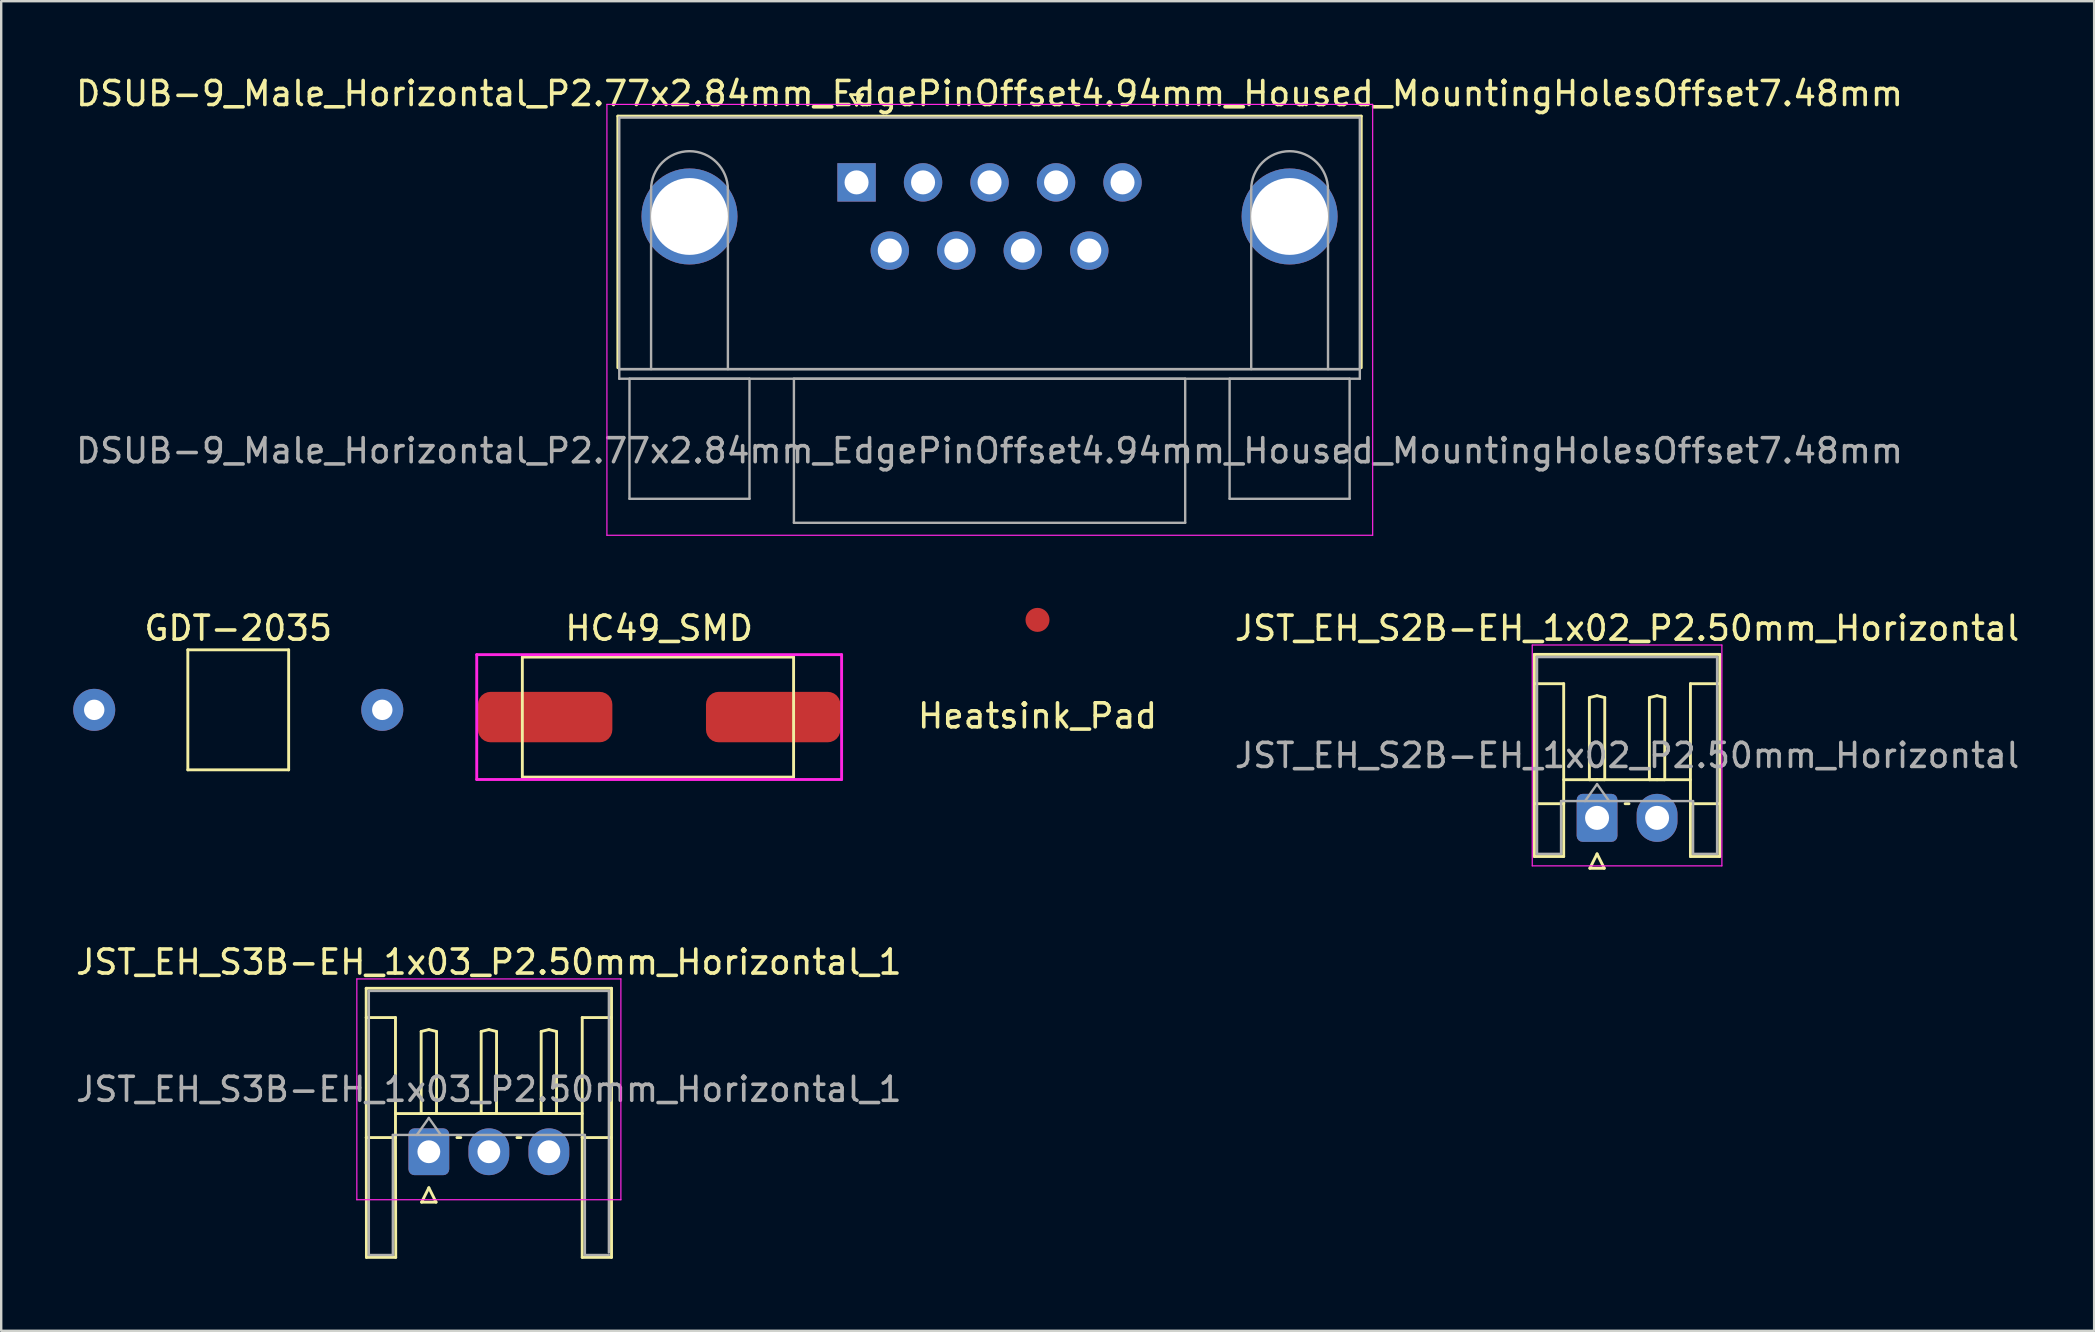
<source format=kicad_pcb>
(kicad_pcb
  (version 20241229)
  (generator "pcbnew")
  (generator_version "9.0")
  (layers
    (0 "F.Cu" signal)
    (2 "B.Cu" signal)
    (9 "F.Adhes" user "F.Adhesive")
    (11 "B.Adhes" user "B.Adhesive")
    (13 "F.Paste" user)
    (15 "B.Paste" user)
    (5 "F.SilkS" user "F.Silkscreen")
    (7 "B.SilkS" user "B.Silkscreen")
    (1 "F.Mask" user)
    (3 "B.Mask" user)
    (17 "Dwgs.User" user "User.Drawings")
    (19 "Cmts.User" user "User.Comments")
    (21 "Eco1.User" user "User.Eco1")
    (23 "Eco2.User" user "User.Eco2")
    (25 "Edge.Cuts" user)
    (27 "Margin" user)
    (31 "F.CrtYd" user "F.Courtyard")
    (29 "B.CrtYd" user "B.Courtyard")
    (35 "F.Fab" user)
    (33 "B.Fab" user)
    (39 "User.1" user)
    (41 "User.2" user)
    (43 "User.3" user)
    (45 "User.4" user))
  (footprint "JST_EH_S3B-EH_1x03_P2.50mm_Horizontal_1"
    (layer "F.Cu")
    (at 14.815 44.93)
    (property "Reference" "JST_EH_S3B-EH_1x03_P2.50mm_Horizontal_1" (at 2.5 -7.9 0) (layer "F.SilkS") (effects (font (size 1 1) (thickness 0.15))))
    (attr through_hole)
    (fp_line (start -2.61 -6.81) (end 7.61 -6.81) (stroke (width 0.12) (type solid)) (layer "F.SilkS"))
    (fp_line (start -2.61 -5.59) (end -1.39 -5.59) (stroke (width 0.12) (type solid)) (layer "F.SilkS"))
    (fp_line (start -2.6 4.4) (end -2.61 -6.81) (stroke (width 0.12) (type solid)) (layer "F.SilkS"))
    (fp_line (start -1.39 -5.59) (end -1.39 -0.59) (stroke (width 0.12) (type solid)) (layer "F.SilkS"))
    (fp_line (start -1.39 -1.59) (end 6.39 -1.59) (stroke (width 0.12) (type solid)) (layer "F.SilkS"))
    (fp_line (start -1.39 -0.59) (end -2.61 -0.59) (stroke (width 0.12) (type solid)) (layer "F.SilkS"))
    (fp_line (start -1.39 -0.59) (end -1.38 4.4) (stroke (width 0.12) (type solid)) (layer "F.SilkS"))
    (fp_line (start -1.38 4.4) (end -2.6 4.4) (stroke (width 0.12) (type solid)) (layer "F.SilkS"))
    (fp_line (start -0.32 -5.01) (end 0 -5.09) (stroke (width 0.12) (type solid)) (layer "F.SilkS"))
    (fp_line (start -0.32 -1.59) (end -0.32 -5.01) (stroke (width 0.12) (type solid)) (layer "F.SilkS"))
    (fp_line (start -0.3 2.1) (end 0.3 2.1) (stroke (width 0.12) (type solid)) (layer "F.SilkS"))
    (fp_line (start 0 -5.09) (end 0.32 -5.01) (stroke (width 0.12) (type solid)) (layer "F.SilkS"))
    (fp_line (start 0 -1.59) (end -0.32 -1.59) (stroke (width 0.12) (type solid)) (layer "F.SilkS"))
    (fp_line (start 0 1.5) (end -0.3 2.1) (stroke (width 0.12) (type solid)) (layer "F.SilkS"))
    (fp_line (start 0.3 2.1) (end 0 1.5) (stroke (width 0.12) (type solid)) (layer "F.SilkS"))
    (fp_line (start 0.32 -5.01) (end 0.32 -1.59) (stroke (width 0.12) (type solid)) (layer "F.SilkS"))
    (fp_line (start 0.32 -1.59) (end 0 -1.59) (stroke (width 0.12) (type solid)) (layer "F.SilkS"))
    (fp_line (start 1.17 -0.59) (end 1.33 -0.59) (stroke (width 0.12) (type solid)) (layer "F.SilkS"))
    (fp_line (start 2.18 -5.01) (end 2.5 -5.09) (stroke (width 0.12) (type solid)) (layer "F.SilkS"))
    (fp_line (start 2.18 -1.59) (end 2.18 -5.01) (stroke (width 0.12) (type solid)) (layer "F.SilkS"))
    (fp_line (start 2.5 -5.09) (end 2.82 -5.01) (stroke (width 0.12) (type solid)) (layer "F.SilkS"))
    (fp_line (start 2.5 -1.59) (end 2.18 -1.59) (stroke (width 0.12) (type solid)) (layer "F.SilkS"))
    (fp_line (start 2.82 -5.01) (end 2.82 -1.59) (stroke (width 0.12) (type solid)) (layer "F.SilkS"))
    (fp_line (start 2.82 -1.59) (end 2.5 -1.59) (stroke (width 0.12) (type solid)) (layer "F.SilkS"))
    (fp_line (start 3.67 -0.59) (end 3.83 -0.59) (stroke (width 0.12) (type solid)) (layer "F.SilkS"))
    (fp_line (start 4.68 -5.01) (end 5 -5.09) (stroke (width 0.12) (type solid)) (layer "F.SilkS"))
    (fp_line (start 4.68 -1.59) (end 4.68 -5.01) (stroke (width 0.12) (type solid)) (layer "F.SilkS"))
    (fp_line (start 5 -5.09) (end 5.32 -5.01) (stroke (width 0.12) (type solid)) (layer "F.SilkS"))
    (fp_line (start 5 -1.59) (end 4.68 -1.59) (stroke (width 0.12) (type solid)) (layer "F.SilkS"))
    (fp_line (start 5.32 -5.01) (end 5.32 -1.59) (stroke (width 0.12) (type solid)) (layer "F.SilkS"))
    (fp_line (start 5.32 -1.59) (end 5 -1.59) (stroke (width 0.12) (type solid)) (layer "F.SilkS"))
    (fp_line (start 6.39 -5.59) (end 6.39 -0.59) (stroke (width 0.12) (type solid)) (layer "F.SilkS"))
    (fp_line (start 6.39 -0.59) (end 7.61 -0.59) (stroke (width 0.12) (type solid)) (layer "F.SilkS"))
    (fp_line (start 6.39 4.4) (end 6.39 -0.59) (stroke (width 0.12) (type solid)) (layer "F.SilkS"))
    (fp_line (start 7.61 -6.81) (end 7.61 4.4) (stroke (width 0.12) (type solid)) (layer "F.SilkS"))
    (fp_line (start 7.61 -5.59) (end 6.39 -5.59) (stroke (width 0.12) (type solid)) (layer "F.SilkS"))
    (fp_line (start 7.61 4.4) (end 6.39 4.4) (stroke (width 0.12) (type solid)) (layer "F.SilkS"))
    (fp_line (start -3 -7.2) (end -3 2) (stroke (width 0.05) (type solid)) (layer "F.CrtYd"))
    (fp_line (start -3 2) (end 8 2) (stroke (width 0.05) (type solid)) (layer "F.CrtYd"))
    (fp_line (start 8 -7.2) (end -3 -7.2) (stroke (width 0.05) (type solid)) (layer "F.CrtYd"))
    (fp_line (start 8 2) (end 8 -7.2) (stroke (width 0.05) (type solid)) (layer "F.CrtYd"))
    (fp_line (start -2.5 -6.7) (end 7.5 -6.7) (stroke (width 0.1) (type solid)) (layer "F.Fab"))
    (fp_line (start -2.5 4.3) (end -2.5 -6.7) (stroke (width 0.1) (type solid)) (layer "F.Fab"))
    (fp_line (start -1.5 -0.7) (end -1.5 4.3) (stroke (width 0.1) (type solid)) (layer "F.Fab"))
    (fp_line (start -1.5 4.3) (end -2.5 4.3) (stroke (width 0.1) (type solid)) (layer "F.Fab"))
    (fp_line (start -0.5 -0.7) (end 0 -1.407) (stroke (width 0.1) (type solid)) (layer "F.Fab"))
    (fp_line (start 0 -1.407) (end 0.5 -0.7) (stroke (width 0.1) (type solid)) (layer "F.Fab"))
    (fp_line (start 6.5 -0.7) (end -1.5 -0.7) (stroke (width 0.1) (type solid)) (layer "F.Fab"))
    (fp_line (start 6.5 4.3) (end 6.5 -0.7) (stroke (width 0.1) (type solid)) (layer "F.Fab"))
    (fp_line (start 7.5 -6.7) (end 7.5 4.2) (stroke (width 0.1) (type solid)) (layer "F.Fab"))
    (fp_line (start 7.5 4.3) (end 6.5 4.3) (stroke (width 0.1) (type solid)) (layer "F.Fab"))
    (fp_text user "${REFERENCE}" (at 2.5 -2.6 0) (layer "F.Fab") (effects (font (size 1 1) (thickness 0.15))))
    (pad "1" thru_hole roundrect (at 0 0) (size 1.7 1.95) (drill 0.95) (layers "*.Cu" "*.Mask") (roundrect_rratio 0.147))
    (pad "2" thru_hole oval (at 2.5 0) (size 1.7 1.95) (drill 0.95) (layers "*.Cu" "*.Mask"))
    (pad "3" thru_hole oval (at 5 0) (size 1.7 1.95) (drill 0.95) (layers "*.Cu" "*.Mask")))
  (footprint "DSUB-9_Male_Horizontal_P2.77x2.84mm_EdgePinOffset4.94mm_Housed_MountingHolesOffset7.48mm"
    (layer "F.Cu")
    (at 32.633 4.548)
    (property "Reference" "DSUB-9_Male_Horizontal_P2.77x2.84mm_EdgePinOffset4.94mm_Housed_MountingHolesOffset7.48mm" (at 5.54 -3.7 0) (layer "F.SilkS") (effects (font (size 1 1) (thickness 0.15))))
    (attr through_hole)
    (fp_line (start -9.945 -2.76) (end 21.025 -2.76) (stroke (width 0.12) (type solid)) (layer "F.SilkS"))
    (fp_line (start -9.945 7.72) (end -9.945 -2.76) (stroke (width 0.12) (type solid)) (layer "F.SilkS"))
    (fp_line (start -0.25 -3.654) (end 0.25 -3.654) (stroke (width 0.12) (type solid)) (layer "F.SilkS"))
    (fp_line (start 0 -3.221) (end -0.25 -3.654) (stroke (width 0.12) (type solid)) (layer "F.SilkS"))
    (fp_line (start 0.25 -3.654) (end 0 -3.221) (stroke (width 0.12) (type solid)) (layer "F.SilkS"))
    (fp_line (start 21.025 -2.76) (end 21.025 7.72) (stroke (width 0.12) (type solid)) (layer "F.SilkS"))
    (fp_line (start -10.4 -3.25) (end -10.4 14.7) (stroke (width 0.05) (type solid)) (layer "F.CrtYd"))
    (fp_line (start -10.4 14.7) (end 21.5 14.7) (stroke (width 0.05) (type solid)) (layer "F.CrtYd"))
    (fp_line (start 21.5 -3.25) (end -10.4 -3.25) (stroke (width 0.05) (type solid)) (layer "F.CrtYd"))
    (fp_line (start 21.5 14.7) (end 21.5 -3.25) (stroke (width 0.05) (type solid)) (layer "F.CrtYd"))
    (fp_line (start -9.885 -2.7) (end -9.885 7.78) (stroke (width 0.1) (type solid)) (layer "F.Fab"))
    (fp_line (start -9.885 7.78) (end -9.885 8.18) (stroke (width 0.1) (type solid)) (layer "F.Fab"))
    (fp_line (start -9.885 7.78) (end 20.965 7.78) (stroke (width 0.1) (type solid)) (layer "F.Fab"))
    (fp_line (start -9.885 8.18) (end 20.965 8.18) (stroke (width 0.1) (type solid)) (layer "F.Fab"))
    (fp_line (start -9.46 8.18) (end -9.46 13.18) (stroke (width 0.1) (type solid)) (layer "F.Fab"))
    (fp_line (start -9.46 13.18) (end -4.46 13.18) (stroke (width 0.1) (type solid)) (layer "F.Fab"))
    (fp_line (start -8.56 7.78) (end -8.56 0.3) (stroke (width 0.1) (type solid)) (layer "F.Fab"))
    (fp_line (start -5.36 7.78) (end -5.36 0.3) (stroke (width 0.1) (type solid)) (layer "F.Fab"))
    (fp_line (start -4.46 8.18) (end -9.46 8.18) (stroke (width 0.1) (type solid)) (layer "F.Fab"))
    (fp_line (start -4.46 13.18) (end -4.46 8.18) (stroke (width 0.1) (type solid)) (layer "F.Fab"))
    (fp_line (start -2.61 8.18) (end -2.61 14.18) (stroke (width 0.1) (type solid)) (layer "F.Fab"))
    (fp_line (start -2.61 14.18) (end 13.69 14.18) (stroke (width 0.1) (type solid)) (layer "F.Fab"))
    (fp_line (start 13.69 8.18) (end -2.61 8.18) (stroke (width 0.1) (type solid)) (layer "F.Fab"))
    (fp_line (start 13.69 14.18) (end 13.69 8.18) (stroke (width 0.1) (type solid)) (layer "F.Fab"))
    (fp_line (start 15.54 8.18) (end 15.54 13.18) (stroke (width 0.1) (type solid)) (layer "F.Fab"))
    (fp_line (start 15.54 13.18) (end 20.54 13.18) (stroke (width 0.1) (type solid)) (layer "F.Fab"))
    (fp_line (start 16.44 7.78) (end 16.44 0.3) (stroke (width 0.1) (type solid)) (layer "F.Fab"))
    (fp_line (start 19.64 7.78) (end 19.64 0.3) (stroke (width 0.1) (type solid)) (layer "F.Fab"))
    (fp_line (start 20.54 8.18) (end 15.54 8.18) (stroke (width 0.1) (type solid)) (layer "F.Fab"))
    (fp_line (start 20.54 13.18) (end 20.54 8.18) (stroke (width 0.1) (type solid)) (layer "F.Fab"))
    (fp_line (start 20.965 -2.7) (end -9.885 -2.7) (stroke (width 0.1) (type solid)) (layer "F.Fab"))
    (fp_line (start 20.965 7.78) (end -9.885 7.78) (stroke (width 0.1) (type solid)) (layer "F.Fab"))
    (fp_line (start 20.965 7.78) (end 20.965 -2.7) (stroke (width 0.1) (type solid)) (layer "F.Fab"))
    (fp_line (start 20.965 8.18) (end 20.965 7.78) (stroke (width 0.1) (type solid)) (layer "F.Fab"))
    (fp_arc (start -8.56 0.3) (mid -6.96 -1.3) (end -5.36 0.3) (stroke (width 0.1) (type solid)) (layer "F.Fab"))
    (fp_arc (start 16.44 0.3) (mid 18.04 -1.3) (end 19.64 0.3) (stroke (width 0.1) (type solid)) (layer "F.Fab"))
    (fp_text user "${REFERENCE}" (at 5.54 11.18 0) (layer "F.Fab") (effects (font (size 1 1) (thickness 0.15))))
    (pad "0" thru_hole circle (at -6.96 1.42) (size 4 4) (drill 3.2) (layers "*.Cu" "*.Mask"))
    (pad "0" thru_hole circle (at 18.04 1.42) (size 4 4) (drill 3.2) (layers "*.Cu" "*.Mask"))
    (pad "1" thru_hole rect (at 0 0) (size 1.6 1.6) (drill 1) (layers "*.Cu" "*.Mask"))
    (pad "2" thru_hole circle (at 2.77 0) (size 1.6 1.6) (drill 1) (layers "*.Cu" "*.Mask"))
    (pad "3" thru_hole circle (at 5.54 0) (size 1.6 1.6) (drill 1) (layers "*.Cu" "*.Mask"))
    (pad "4" thru_hole circle (at 8.31 0) (size 1.6 1.6) (drill 1) (layers "*.Cu" "*.Mask"))
    (pad "5" thru_hole circle (at 11.08 0) (size 1.6 1.6) (drill 1) (layers "*.Cu" "*.Mask"))
    (pad "6" thru_hole circle (at 1.385 2.84) (size 1.6 1.6) (drill 1) (layers "*.Cu" "*.Mask"))
    (pad "7" thru_hole circle (at 4.155 2.84) (size 1.6 1.6) (drill 1) (layers "*.Cu" "*.Mask"))
    (pad "8" thru_hole circle (at 6.925 2.84) (size 1.6 1.6) (drill 1) (layers "*.Cu" "*.Mask"))
    (pad "9" thru_hole circle (at 9.695 2.84) (size 1.6 1.6) (drill 1) (layers "*.Cu" "*.Mask")))
  (footprint "Heatsink_Pad"
    (layer "F.Cu")
    (at 40.171 22.773)
    (property "Reference" "Heatsink_Pad" (at 0 4 0) (layer "F.SilkS") (effects (font (size 1 1) (thickness 0.15))))
    (attr through_hole)
    (pad "1" smd circle (at 0 0) (size 1 1) (layers "F.Cu" "F.Mask" "F.Paste")))
  (footprint "JST_EH_S2B-EH_1x02_P2.50mm_Horizontal"
    (layer "F.Cu")
    (at 63.481 31.021)
    (property "Reference" "JST_EH_S2B-EH_1x02_P2.50mm_Horizontal" (at 1.25 -7.9 0) (layer "F.SilkS") (effects (font (size 1 1) (thickness 0.15))))
    (attr through_hole)
    (fp_line (start -2.61 -6.81) (end 5.11 -6.81) (stroke (width 0.12) (type solid)) (layer "F.SilkS"))
    (fp_line (start -2.61 -5.59) (end -1.39 -5.59) (stroke (width 0.12) (type solid)) (layer "F.SilkS"))
    (fp_line (start -2.61 1.61) (end -2.61 -6.81) (stroke (width 0.12) (type solid)) (layer "F.SilkS"))
    (fp_line (start -1.39 -5.59) (end -1.39 -0.59) (stroke (width 0.12) (type solid)) (layer "F.SilkS"))
    (fp_line (start -1.39 -1.59) (end 3.89 -1.59) (stroke (width 0.12) (type solid)) (layer "F.SilkS"))
    (fp_line (start -1.39 -0.59) (end -2.61 -0.59) (stroke (width 0.12) (type solid)) (layer "F.SilkS"))
    (fp_line (start -1.39 -0.59) (end -1.39 1.61) (stroke (width 0.12) (type solid)) (layer "F.SilkS"))
    (fp_line (start -1.39 1.61) (end -2.61 1.61) (stroke (width 0.12) (type solid)) (layer "F.SilkS"))
    (fp_line (start -0.32 -5.01) (end 0 -5.09) (stroke (width 0.12) (type solid)) (layer "F.SilkS"))
    (fp_line (start -0.32 -1.59) (end -0.32 -5.01) (stroke (width 0.12) (type solid)) (layer "F.SilkS"))
    (fp_line (start -0.3 2.1) (end 0.3 2.1) (stroke (width 0.12) (type solid)) (layer "F.SilkS"))
    (fp_line (start 0 -5.09) (end 0.32 -5.01) (stroke (width 0.12) (type solid)) (layer "F.SilkS"))
    (fp_line (start 0 -1.59) (end -0.32 -1.59) (stroke (width 0.12) (type solid)) (layer "F.SilkS"))
    (fp_line (start 0 1.5) (end -0.3 2.1) (stroke (width 0.12) (type solid)) (layer "F.SilkS"))
    (fp_line (start 0.3 2.1) (end 0 1.5) (stroke (width 0.12) (type solid)) (layer "F.SilkS"))
    (fp_line (start 0.32 -5.01) (end 0.32 -1.59) (stroke (width 0.12) (type solid)) (layer "F.SilkS"))
    (fp_line (start 0.32 -1.59) (end 0 -1.59) (stroke (width 0.12) (type solid)) (layer "F.SilkS"))
    (fp_line (start 1.17 -0.59) (end 1.33 -0.59) (stroke (width 0.12) (type solid)) (layer "F.SilkS"))
    (fp_line (start 2.18 -5.01) (end 2.5 -5.09) (stroke (width 0.12) (type solid)) (layer "F.SilkS"))
    (fp_line (start 2.18 -1.59) (end 2.18 -5.01) (stroke (width 0.12) (type solid)) (layer "F.SilkS"))
    (fp_line (start 2.5 -5.09) (end 2.82 -5.01) (stroke (width 0.12) (type solid)) (layer "F.SilkS"))
    (fp_line (start 2.5 -1.59) (end 2.18 -1.59) (stroke (width 0.12) (type solid)) (layer "F.SilkS"))
    (fp_line (start 2.82 -5.01) (end 2.82 -1.59) (stroke (width 0.12) (type solid)) (layer "F.SilkS"))
    (fp_line (start 2.82 -1.59) (end 2.5 -1.59) (stroke (width 0.12) (type solid)) (layer "F.SilkS"))
    (fp_line (start 3.89 -5.59) (end 3.89 -0.59) (stroke (width 0.12) (type solid)) (layer "F.SilkS"))
    (fp_line (start 3.89 -0.59) (end 5.11 -0.59) (stroke (width 0.12) (type solid)) (layer "F.SilkS"))
    (fp_line (start 3.89 1.61) (end 3.89 -0.59) (stroke (width 0.12) (type solid)) (layer "F.SilkS"))
    (fp_line (start 5.11 -6.81) (end 5.11 1.61) (stroke (width 0.12) (type solid)) (layer "F.SilkS"))
    (fp_line (start 5.11 -5.59) (end 3.89 -5.59) (stroke (width 0.12) (type solid)) (layer "F.SilkS"))
    (fp_line (start 5.11 1.61) (end 3.89 1.61) (stroke (width 0.12) (type solid)) (layer "F.SilkS"))
    (fp_line (start -2.7 -7.2) (end -2.7 2) (stroke (width 0.05) (type solid)) (layer "F.CrtYd"))
    (fp_line (start -2.7 2) (end 5.2 2) (stroke (width 0.05) (type solid)) (layer "F.CrtYd"))
    (fp_line (start 5.2 -7.2) (end -2.7 -7.2) (stroke (width 0.05) (type solid)) (layer "F.CrtYd"))
    (fp_line (start 5.2 2) (end 5.2 -7.2) (stroke (width 0.05) (type solid)) (layer "F.CrtYd"))
    (fp_line (start -2.5 -6.7) (end 5 -6.7) (stroke (width 0.1) (type solid)) (layer "F.Fab"))
    (fp_line (start -2.5 1.5) (end -2.5 -6.7) (stroke (width 0.1) (type solid)) (layer "F.Fab"))
    (fp_line (start -1.5 -0.7) (end -1.5 1.5) (stroke (width 0.1) (type solid)) (layer "F.Fab"))
    (fp_line (start -1.5 1.5) (end -2.5 1.5) (stroke (width 0.1) (type solid)) (layer "F.Fab"))
    (fp_line (start -0.5 -0.7) (end 0 -1.407) (stroke (width 0.1) (type solid)) (layer "F.Fab"))
    (fp_line (start 0 -1.407) (end 0.5 -0.7) (stroke (width 0.1) (type solid)) (layer "F.Fab"))
    (fp_line (start 4 -0.7) (end -1.5 -0.7) (stroke (width 0.1) (type solid)) (layer "F.Fab"))
    (fp_line (start 4 1.5) (end 4 -0.7) (stroke (width 0.1) (type solid)) (layer "F.Fab"))
    (fp_line (start 5 -6.7) (end 5 1.5) (stroke (width 0.1) (type solid)) (layer "F.Fab"))
    (fp_line (start 5 1.5) (end 4 1.5) (stroke (width 0.1) (type solid)) (layer "F.Fab"))
    (fp_text user "${REFERENCE}" (at 1.25 -2.6 0) (layer "F.Fab") (effects (font (size 1 1) (thickness 0.15))))
    (pad "1" thru_hole roundrect (at 0 0) (size 1.7 2) (drill 1) (layers "*.Cu" "*.Mask") (roundrect_rratio 0.147))
    (pad "2" thru_hole oval (at 2.5 0) (size 1.7 2) (drill 1) (layers "*.Cu" "*.Mask")))
  (footprint "HC49_SMD"
    (layer "F.Cu")
    (at 24.41 26.822)
    (property "Reference" "HC49_SMD" (at 0 -3.7 0) (layer "F.SilkS") (effects (font (size 1 1) (thickness 0.15))))
    (attr through_hole)
    (fp_line (start -5.7 -2.5) (end 5.6 -2.5) (stroke (width 0.12) (type solid)) (layer "F.SilkS"))
    (fp_line (start -5.7 2.5) (end -5.7 -2.5) (stroke (width 0.12) (type solid)) (layer "F.SilkS"))
    (fp_line (start 5.6 -2.5) (end 5.6 2.5) (stroke (width 0.12) (type solid)) (layer "F.SilkS"))
    (fp_line (start 5.6 2.5) (end -5.7 2.5) (stroke (width 0.12) (type solid)) (layer "F.SilkS"))
    (fp_line (start -7.6 -2.6) (end 7.6 -2.6) (stroke (width 0.12) (type solid)) (layer "F.CrtYd"))
    (fp_line (start -7.6 2.6) (end -7.6 -2.6) (stroke (width 0.12) (type solid)) (layer "F.CrtYd"))
    (fp_line (start 7.6 -2.6) (end 7.6 2.6) (stroke (width 0.12) (type solid)) (layer "F.CrtYd"))
    (fp_line (start 7.6 2.6) (end -7.6 2.6) (stroke (width 0.12) (type solid)) (layer "F.CrtYd"))
    (pad "1" smd roundrect (at -4.75 0) (size 5.6 2.1) (layers "F.Cu" "F.Mask" "F.Paste") (roundrect_rratio 0.25))
    (pad "2" smd roundrect (at 4.75 0) (size 5.6 2.1) (layers "F.Cu" "F.Mask" "F.Paste") (roundrect_rratio 0.25)))
  (footprint "GDT-2035"
    (layer "F.Cu")
    (at 6.875 26.521)
    (property "Reference" "GDT-2035" (at 0 -3.4 0) (layer "F.SilkS") (effects (font (size 1 1) (thickness 0.15))))
    (attr through_hole)
    (fp_line (start -2.1 -2.5) (end 2.1 -2.5) (stroke (width 0.12) (type solid)) (layer "F.SilkS"))
    (fp_line (start -2.1 2.5) (end -2.1 -2.5) (stroke (width 0.12) (type solid)) (layer "F.SilkS"))
    (fp_line (start 2.1 -2.5) (end 2.1 2.5) (stroke (width 0.12) (type solid)) (layer "F.SilkS"))
    (fp_line (start 2.1 2.5) (end -2.1 2.5) (stroke (width 0.12) (type solid)) (layer "F.SilkS"))
    (pad "1" thru_hole circle (at -6 0) (size 1.75 1.75) (drill 0.85) (layers "*.Cu" "*.Mask"))
    (pad "2" thru_hole circle (at 6 0) (size 1.75 1.75) (drill 0.85) (layers "*.Cu" "*.Mask")))
  (gr_rect
    (start -3 -3)
    (end 84.189 52.39)
    (stroke (width 0.1) (type default))
    (fill no)
    (layer "Edge.Cuts")))
</source>
